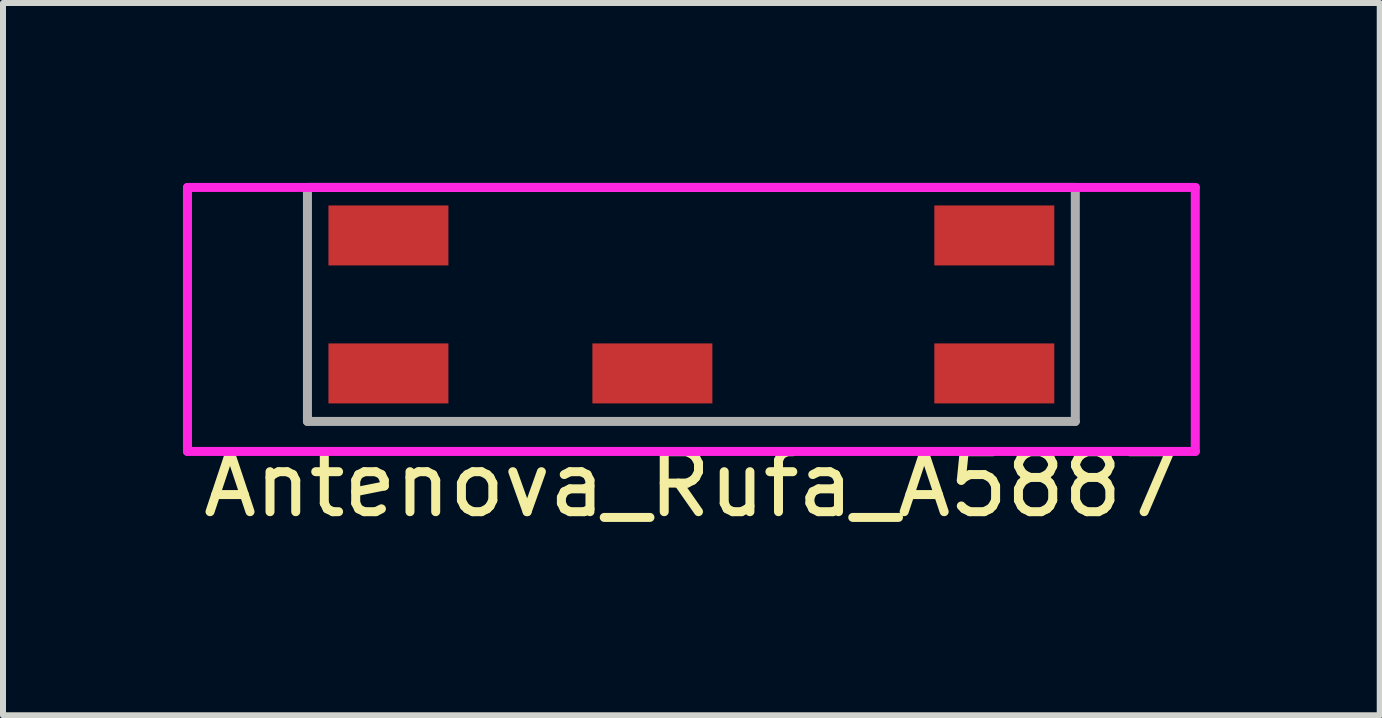
<source format=kicad_pcb>
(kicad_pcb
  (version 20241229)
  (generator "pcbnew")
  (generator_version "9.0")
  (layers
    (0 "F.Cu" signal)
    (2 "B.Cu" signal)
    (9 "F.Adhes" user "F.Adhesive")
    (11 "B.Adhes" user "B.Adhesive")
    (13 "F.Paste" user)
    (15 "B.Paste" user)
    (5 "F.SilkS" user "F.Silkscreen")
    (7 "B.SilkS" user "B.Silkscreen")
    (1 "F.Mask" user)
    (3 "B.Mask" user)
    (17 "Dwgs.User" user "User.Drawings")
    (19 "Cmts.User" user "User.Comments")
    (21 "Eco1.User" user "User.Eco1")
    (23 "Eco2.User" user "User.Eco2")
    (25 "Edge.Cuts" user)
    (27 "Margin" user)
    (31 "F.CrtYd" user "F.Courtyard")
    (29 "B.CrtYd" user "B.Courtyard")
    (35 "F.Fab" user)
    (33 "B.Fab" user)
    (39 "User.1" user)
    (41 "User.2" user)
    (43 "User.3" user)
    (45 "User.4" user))
  (footprint "Antenova_Rufa_A5887"
    (layer "F.Cu")
    (at 8.475 2.025)
    (property "Reference" "Antenova_Rufa_A5887" (at 0 3 0) (layer "F.SilkS") (effects (font (size 1 1) (thickness 0.15))))
    (attr through_hole)
    (fp_line (start -8.4 -1.95) (end 8.4 -1.95) (stroke (width 0.15) (type solid)) (layer "F.CrtYd"))
    (fp_line (start -8.4 2.45) (end -8.4 -1.95) (stroke (width 0.15) (type solid)) (layer "F.CrtYd"))
    (fp_line (start 8.4 -1.95) (end 8.4 2.45) (stroke (width 0.15) (type solid)) (layer "F.CrtYd"))
    (fp_line (start 8.4 2.45) (end -8.4 2.45) (stroke (width 0.15) (type solid)) (layer "F.CrtYd"))
    (fp_line (start -6.4 -1.95) (end 6.4 -1.95) (stroke (width 0.15) (type solid)) (layer "F.Fab"))
    (fp_line (start -6.4 1.95) (end -6.4 -1.95) (stroke (width 0.15) (type solid)) (layer "F.Fab"))
    (fp_line (start 6.4 -1.95) (end 6.4 1.95) (stroke (width 0.15) (type solid)) (layer "F.Fab"))
    (fp_line (start 6.4 1.95) (end -6.4 1.95) (stroke (width 0.15) (type solid)) (layer "F.Fab"))
    (pad "1" smd rect (at 5.05 1.15) (size 2 1) (layers "F.Cu" "F.Mask" "F.Paste"))
    (pad "2" smd rect (at -0.65 1.15) (size 2 1) (layers "F.Cu" "F.Mask" "F.Paste"))
    (pad "3" smd rect (at -5.05 -1.15) (size 2 1) (layers "F.Cu" "F.Mask" "F.Paste"))
    (pad "3" smd rect (at -5.05 1.15) (size 2 1) (layers "F.Cu" "F.Mask" "F.Paste"))
    (pad "3" smd rect (at 5.05 -1.15) (size 2 1) (layers "F.Cu" "F.Mask" "F.Paste")))
  (gr_rect
    (start -3 -3)
    (end 19.95 8.873)
    (stroke (width 0.1) (type default))
    (fill no)
    (layer "Edge.Cuts")))
</source>
